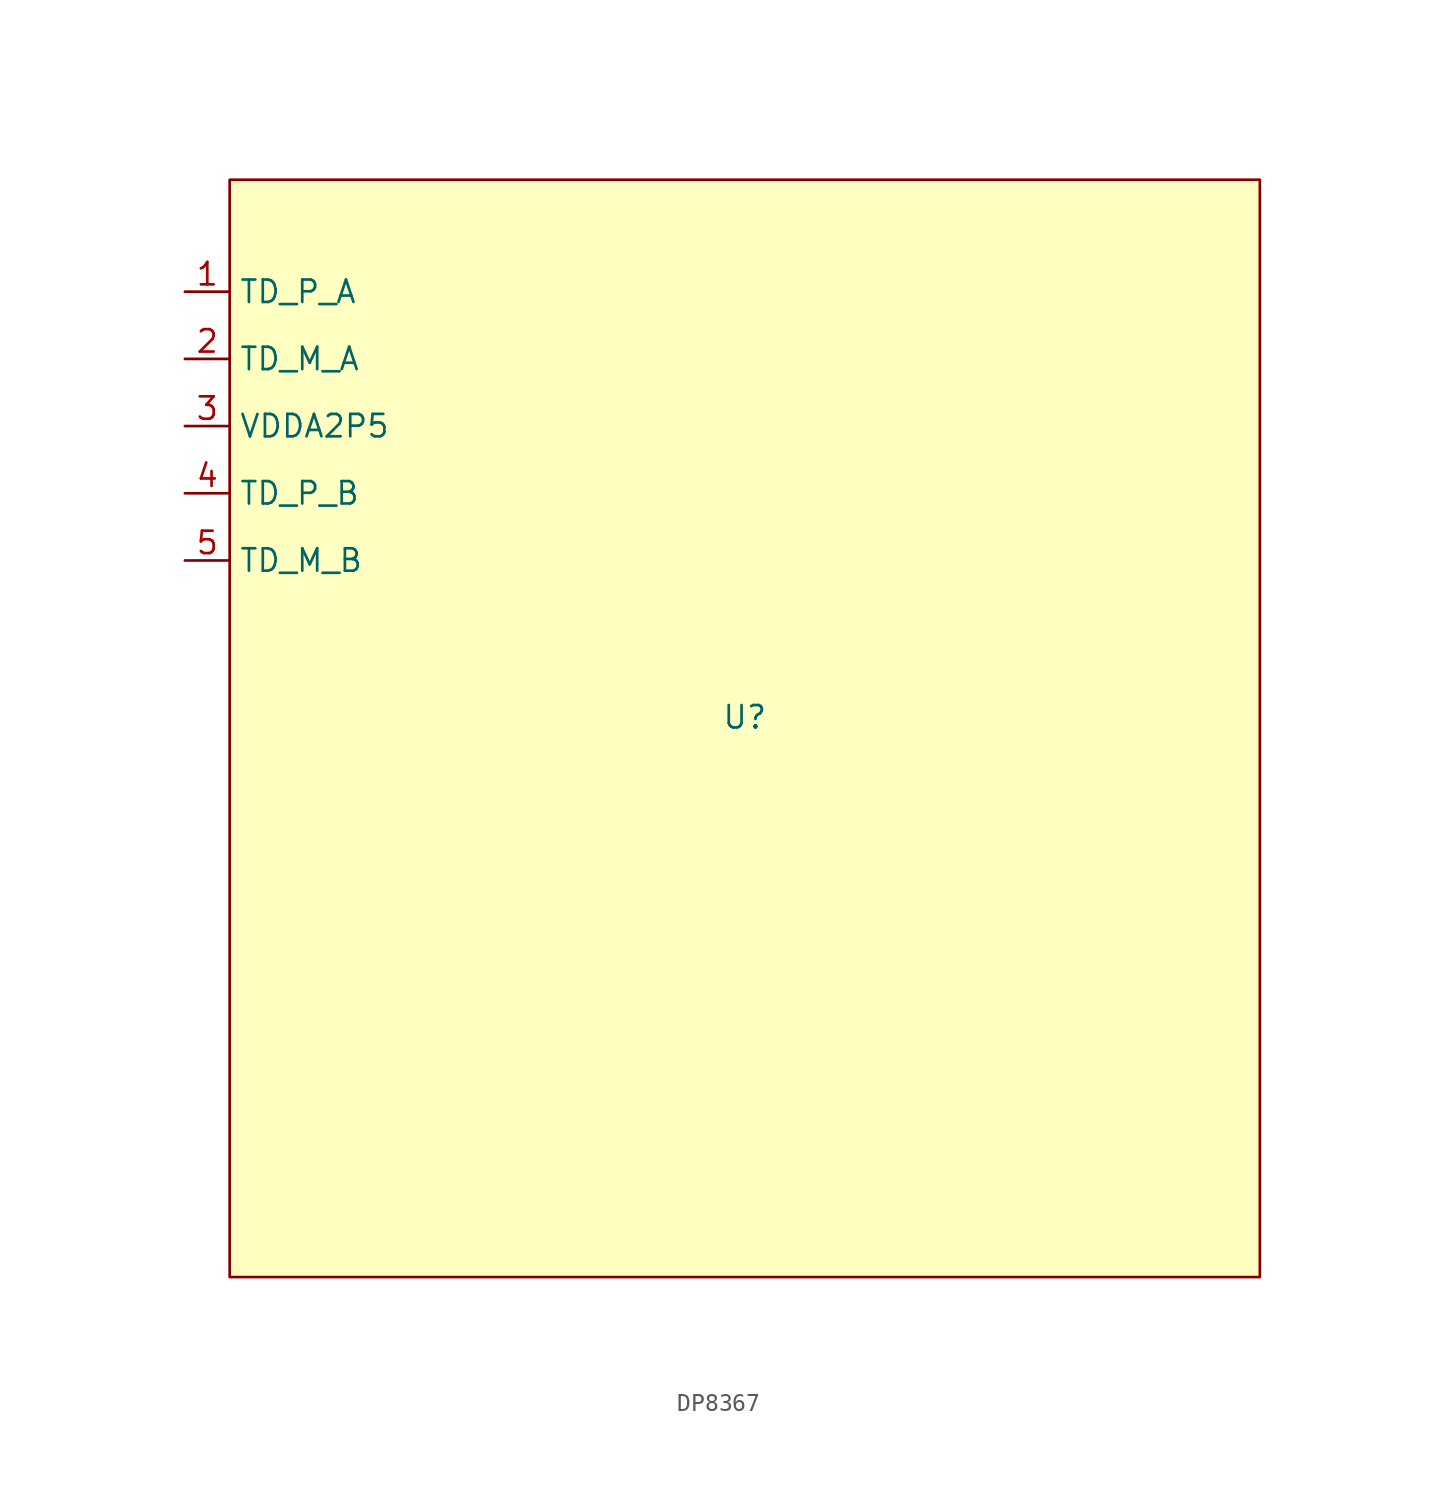
<source format=kicad_sym>
(kicad_symbol_lib
  (version 20220914)
  (generator kicad_symbol_editor)
  (symbol "DP8367"
    (property "Reference" "U"
      (at 0 0 0)
      (effects (font (size 1.27 1.27))))
    (property "Value" ""
      (at 0 0 0)
      (effects (font (size 1.27 1.27))))
    (symbol "DP8367_1_1"
      (rectangle (start -29.21 30.48) (end 29.21 -31.75) (stroke (width 0) (type default)) (fill (type background)))
      (pin bidirectional line (at -31.75 24.13 0) (length 2.54) (name "TD_P_A" (effects (font (size 1.27 1.27)))) (number "1" (effects (font (size 1.27 1.27)))))
      (pin bidirectional line (at -31.75 20.32 0) (length 2.54) (name "TD_M_A" (effects (font (size 1.27 1.27)))) (number "2" (effects (font (size 1.27 1.27)))))
      (pin power_in line (at -31.75 16.51 0) (length 2.54) (name "VDDA2P5" (effects (font (size 1.27 1.27)))) (number "3" (effects (font (size 1.27 1.27)))))
      (pin bidirectional line (at -31.75 12.7 0) (length 2.54) (name "TD_P_B" (effects (font (size 1.27 1.27)))) (number "4" (effects (font (size 1.27 1.27)))))
      (pin bidirectional line (at -31.75 8.89 0) (length 2.54) (name "TD_M_B" (effects (font (size 1.27 1.27)))) (number "5" (effects (font (size 1.27 1.27))))))))
</source>
